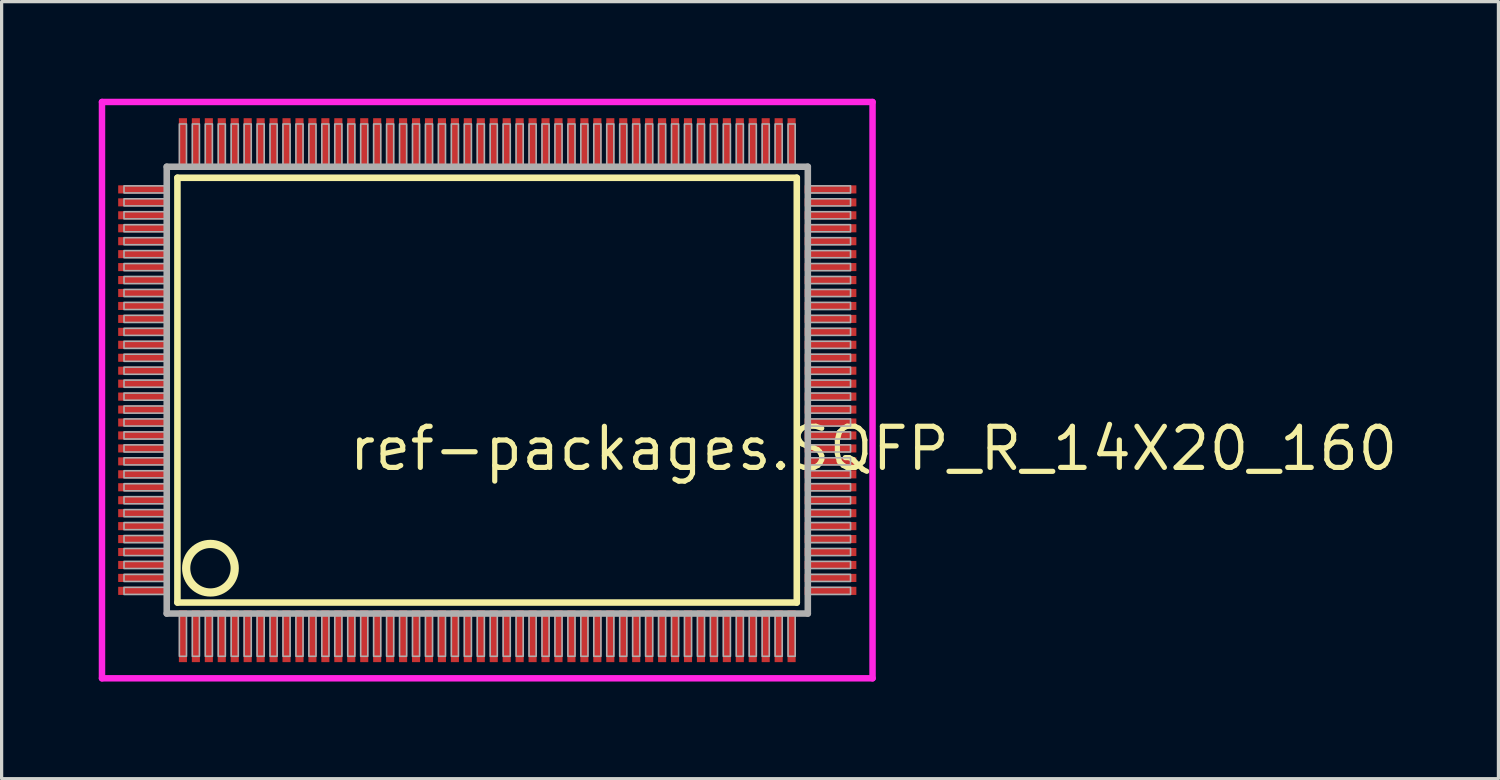
<source format=kicad_pcb>
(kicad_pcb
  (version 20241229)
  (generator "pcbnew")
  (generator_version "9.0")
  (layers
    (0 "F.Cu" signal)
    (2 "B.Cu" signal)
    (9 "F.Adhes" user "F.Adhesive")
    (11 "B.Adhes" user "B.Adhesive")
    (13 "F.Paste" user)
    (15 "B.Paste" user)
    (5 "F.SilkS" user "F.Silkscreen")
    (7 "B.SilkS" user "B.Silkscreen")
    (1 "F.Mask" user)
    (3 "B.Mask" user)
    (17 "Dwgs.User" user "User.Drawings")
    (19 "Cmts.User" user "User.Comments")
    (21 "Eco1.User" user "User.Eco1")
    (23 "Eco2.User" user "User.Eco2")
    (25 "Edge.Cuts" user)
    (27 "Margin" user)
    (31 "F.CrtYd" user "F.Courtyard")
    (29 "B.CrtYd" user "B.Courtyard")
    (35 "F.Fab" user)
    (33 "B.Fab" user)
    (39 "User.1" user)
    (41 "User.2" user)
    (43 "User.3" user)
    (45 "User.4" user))
  (footprint "ref-packages.SQFP_R_14X20_160"
    (layer "F.Cu")
    (at 12 9)
    (property "Reference" "ref-packages.SQFP_R_14X20_160" (at -4.35 2.55 0) (layer "F.SilkS") (effects (font (size 1.27 1.27) (thickness 0.16)) (justify left bottom)))
    (attr smd)
    (fp_line (start -9.57 -6.56) (end 9.56 -6.56) (stroke (width 0.203) (type default)) (layer "F.SilkS"))
    (fp_line (start -9.57 6.56) (end -9.57 -6.56) (stroke (width 0.203) (type default)) (layer "F.SilkS"))
    (fp_line (start 9.56 -6.56) (end 9.56 6.56) (stroke (width 0.203) (type default)) (layer "F.SilkS"))
    (fp_line (start 9.56 6.56) (end -9.57 6.56) (stroke (width 0.203) (type default)) (layer "F.SilkS"))
    (fp_circle (center -8.55 5.5) (end -7.8 5.5) (stroke (width 0.254) (type default)) (fill no) (layer "F.SilkS"))
    (fp_line (start -11.9 -8.9) (end 11.9 -8.9) (stroke (width 0.2) (type default)) (layer "F.CrtYd"))
    (fp_line (start -11.9 8.9) (end -11.9 -8.9) (stroke (width 0.2) (type default)) (layer "F.CrtYd"))
    (fp_line (start 11.9 -8.9) (end 11.9 8.9) (stroke (width 0.2) (type default)) (layer "F.CrtYd"))
    (fp_line (start 11.9 8.9) (end -11.9 8.9) (stroke (width 0.2) (type default)) (layer "F.CrtYd"))
    (fp_line (start -9.9 -6.9) (end -9.9 6.9) (stroke (width 0.203) (type default)) (layer "F.Fab"))
    (fp_line (start -9.9 6.9) (end 9.9 6.9) (stroke (width 0.203) (type default)) (layer "F.Fab"))
    (fp_line (start 9.9 -6.9) (end -9.9 -6.9) (stroke (width 0.203) (type default)) (layer "F.Fab"))
    (fp_line (start 9.9 6.9) (end 9.9 -6.9) (stroke (width 0.203) (type default)) (layer "F.Fab"))
    (fp_rect (start -11.22 -6.09) (end -9.95 -6.31) (stroke (width 0.05) (type default)) (fill no) (layer "F.Fab"))
    (fp_rect (start -11.22 -5.69) (end -9.95 -5.91) (stroke (width 0.05) (type default)) (fill no) (layer "F.Fab"))
    (fp_rect (start -11.22 -5.29) (end -9.95 -5.51) (stroke (width 0.05) (type default)) (fill no) (layer "F.Fab"))
    (fp_rect (start -11.22 -4.89) (end -9.95 -5.11) (stroke (width 0.05) (type default)) (fill no) (layer "F.Fab"))
    (fp_rect (start -11.22 -4.49) (end -9.95 -4.71) (stroke (width 0.05) (type default)) (fill no) (layer "F.Fab"))
    (fp_rect (start -11.22 -4.09) (end -9.95 -4.31) (stroke (width 0.05) (type default)) (fill no) (layer "F.Fab"))
    (fp_rect (start -11.22 -3.69) (end -9.95 -3.91) (stroke (width 0.05) (type default)) (fill no) (layer "F.Fab"))
    (fp_rect (start -11.22 -3.29) (end -9.95 -3.51) (stroke (width 0.05) (type default)) (fill no) (layer "F.Fab"))
    (fp_rect (start -11.22 -2.89) (end -9.95 -3.11) (stroke (width 0.05) (type default)) (fill no) (layer "F.Fab"))
    (fp_rect (start -11.22 -2.49) (end -9.95 -2.71) (stroke (width 0.05) (type default)) (fill no) (layer "F.Fab"))
    (fp_rect (start -11.22 -2.09) (end -9.95 -2.31) (stroke (width 0.05) (type default)) (fill no) (layer "F.Fab"))
    (fp_rect (start -11.22 -1.69) (end -9.95 -1.91) (stroke (width 0.05) (type default)) (fill no) (layer "F.Fab"))
    (fp_rect (start -11.22 -1.29) (end -9.95 -1.51) (stroke (width 0.05) (type default)) (fill no) (layer "F.Fab"))
    (fp_rect (start -11.22 -0.89) (end -9.95 -1.11) (stroke (width 0.05) (type default)) (fill no) (layer "F.Fab"))
    (fp_rect (start -11.22 -0.49) (end -9.95 -0.71) (stroke (width 0.05) (type default)) (fill no) (layer "F.Fab"))
    (fp_rect (start -11.22 -0.09) (end -9.95 -0.31) (stroke (width 0.05) (type default)) (fill no) (layer "F.Fab"))
    (fp_rect (start -11.22 0.31) (end -9.95 0.09) (stroke (width 0.05) (type default)) (fill no) (layer "F.Fab"))
    (fp_rect (start -11.22 0.71) (end -9.95 0.49) (stroke (width 0.05) (type default)) (fill no) (layer "F.Fab"))
    (fp_rect (start -11.22 1.11) (end -9.95 0.89) (stroke (width 0.05) (type default)) (fill no) (layer "F.Fab"))
    (fp_rect (start -11.22 1.51) (end -9.95 1.29) (stroke (width 0.05) (type default)) (fill no) (layer "F.Fab"))
    (fp_rect (start -11.22 1.91) (end -9.95 1.69) (stroke (width 0.05) (type default)) (fill no) (layer "F.Fab"))
    (fp_rect (start -11.22 2.31) (end -9.95 2.09) (stroke (width 0.05) (type default)) (fill no) (layer "F.Fab"))
    (fp_rect (start -11.22 2.71) (end -9.95 2.49) (stroke (width 0.05) (type default)) (fill no) (layer "F.Fab"))
    (fp_rect (start -11.22 3.11) (end -9.95 2.89) (stroke (width 0.05) (type default)) (fill no) (layer "F.Fab"))
    (fp_rect (start -11.22 3.51) (end -9.95 3.29) (stroke (width 0.05) (type default)) (fill no) (layer "F.Fab"))
    (fp_rect (start -11.22 3.91) (end -9.95 3.69) (stroke (width 0.05) (type default)) (fill no) (layer "F.Fab"))
    (fp_rect (start -11.22 4.31) (end -9.95 4.09) (stroke (width 0.05) (type default)) (fill no) (layer "F.Fab"))
    (fp_rect (start -11.22 4.71) (end -9.95 4.49) (stroke (width 0.05) (type default)) (fill no) (layer "F.Fab"))
    (fp_rect (start -11.22 5.11) (end -9.95 4.89) (stroke (width 0.05) (type default)) (fill no) (layer "F.Fab"))
    (fp_rect (start -11.22 5.51) (end -9.95 5.29) (stroke (width 0.05) (type default)) (fill no) (layer "F.Fab"))
    (fp_rect (start -11.22 5.91) (end -9.95 5.69) (stroke (width 0.05) (type default)) (fill no) (layer "F.Fab"))
    (fp_rect (start -11.22 6.31) (end -9.95 6.09) (stroke (width 0.05) (type default)) (fill no) (layer "F.Fab"))
    (fp_rect (start -9.51 -6.95) (end -9.29 -8.22) (stroke (width 0.05) (type default)) (fill no) (layer "F.Fab"))
    (fp_rect (start -9.51 8.22) (end -9.29 6.95) (stroke (width 0.05) (type default)) (fill no) (layer "F.Fab"))
    (fp_rect (start -9.11 -6.95) (end -8.89 -8.22) (stroke (width 0.05) (type default)) (fill no) (layer "F.Fab"))
    (fp_rect (start -9.11 8.22) (end -8.89 6.95) (stroke (width 0.05) (type default)) (fill no) (layer "F.Fab"))
    (fp_rect (start -8.71 -6.95) (end -8.49 -8.22) (stroke (width 0.05) (type default)) (fill no) (layer "F.Fab"))
    (fp_rect (start -8.71 8.22) (end -8.49 6.95) (stroke (width 0.05) (type default)) (fill no) (layer "F.Fab"))
    (fp_rect (start -8.31 -6.95) (end -8.09 -8.22) (stroke (width 0.05) (type default)) (fill no) (layer "F.Fab"))
    (fp_rect (start -8.31 8.22) (end -8.09 6.95) (stroke (width 0.05) (type default)) (fill no) (layer "F.Fab"))
    (fp_rect (start -7.91 -6.95) (end -7.69 -8.22) (stroke (width 0.05) (type default)) (fill no) (layer "F.Fab"))
    (fp_rect (start -7.91 8.22) (end -7.69 6.95) (stroke (width 0.05) (type default)) (fill no) (layer "F.Fab"))
    (fp_rect (start -7.51 -6.95) (end -7.29 -8.22) (stroke (width 0.05) (type default)) (fill no) (layer "F.Fab"))
    (fp_rect (start -7.51 8.22) (end -7.29 6.95) (stroke (width 0.05) (type default)) (fill no) (layer "F.Fab"))
    (fp_rect (start -7.11 -6.95) (end -6.89 -8.22) (stroke (width 0.05) (type default)) (fill no) (layer "F.Fab"))
    (fp_rect (start -7.11 8.22) (end -6.89 6.95) (stroke (width 0.05) (type default)) (fill no) (layer "F.Fab"))
    (fp_rect (start -6.71 -6.95) (end -6.49 -8.22) (stroke (width 0.05) (type default)) (fill no) (layer "F.Fab"))
    (fp_rect (start -6.71 8.22) (end -6.49 6.95) (stroke (width 0.05) (type default)) (fill no) (layer "F.Fab"))
    (fp_rect (start -6.31 -6.95) (end -6.09 -8.22) (stroke (width 0.05) (type default)) (fill no) (layer "F.Fab"))
    (fp_rect (start -6.31 8.22) (end -6.09 6.95) (stroke (width 0.05) (type default)) (fill no) (layer "F.Fab"))
    (fp_rect (start -5.91 -6.95) (end -5.69 -8.22) (stroke (width 0.05) (type default)) (fill no) (layer "F.Fab"))
    (fp_rect (start -5.91 8.22) (end -5.69 6.95) (stroke (width 0.05) (type default)) (fill no) (layer "F.Fab"))
    (fp_rect (start -5.51 -6.95) (end -5.29 -8.22) (stroke (width 0.05) (type default)) (fill no) (layer "F.Fab"))
    (fp_rect (start -5.51 8.22) (end -5.29 6.95) (stroke (width 0.05) (type default)) (fill no) (layer "F.Fab"))
    (fp_rect (start -5.11 -6.95) (end -4.89 -8.22) (stroke (width 0.05) (type default)) (fill no) (layer "F.Fab"))
    (fp_rect (start -5.11 8.22) (end -4.89 6.95) (stroke (width 0.05) (type default)) (fill no) (layer "F.Fab"))
    (fp_rect (start -4.71 -6.95) (end -4.49 -8.22) (stroke (width 0.05) (type default)) (fill no) (layer "F.Fab"))
    (fp_rect (start -4.71 8.22) (end -4.49 6.95) (stroke (width 0.05) (type default)) (fill no) (layer "F.Fab"))
    (fp_rect (start -4.31 -6.95) (end -4.09 -8.22) (stroke (width 0.05) (type default)) (fill no) (layer "F.Fab"))
    (fp_rect (start -4.31 8.22) (end -4.09 6.95) (stroke (width 0.05) (type default)) (fill no) (layer "F.Fab"))
    (fp_rect (start -3.91 -6.95) (end -3.69 -8.22) (stroke (width 0.05) (type default)) (fill no) (layer "F.Fab"))
    (fp_rect (start -3.91 8.22) (end -3.69 6.95) (stroke (width 0.05) (type default)) (fill no) (layer "F.Fab"))
    (fp_rect (start -3.51 -6.95) (end -3.29 -8.22) (stroke (width 0.05) (type default)) (fill no) (layer "F.Fab"))
    (fp_rect (start -3.51 8.22) (end -3.29 6.95) (stroke (width 0.05) (type default)) (fill no) (layer "F.Fab"))
    (fp_rect (start -3.11 -6.95) (end -2.89 -8.22) (stroke (width 0.05) (type default)) (fill no) (layer "F.Fab"))
    (fp_rect (start -3.11 8.22) (end -2.89 6.95) (stroke (width 0.05) (type default)) (fill no) (layer "F.Fab"))
    (fp_rect (start -2.71 -6.95) (end -2.49 -8.22) (stroke (width 0.05) (type default)) (fill no) (layer "F.Fab"))
    (fp_rect (start -2.71 8.22) (end -2.49 6.95) (stroke (width 0.05) (type default)) (fill no) (layer "F.Fab"))
    (fp_rect (start -2.31 -6.95) (end -2.09 -8.22) (stroke (width 0.05) (type default)) (fill no) (layer "F.Fab"))
    (fp_rect (start -2.31 8.22) (end -2.09 6.95) (stroke (width 0.05) (type default)) (fill no) (layer "F.Fab"))
    (fp_rect (start -1.91 -6.95) (end -1.69 -8.22) (stroke (width 0.05) (type default)) (fill no) (layer "F.Fab"))
    (fp_rect (start -1.91 8.22) (end -1.69 6.95) (stroke (width 0.05) (type default)) (fill no) (layer "F.Fab"))
    (fp_rect (start -1.51 -6.95) (end -1.29 -8.22) (stroke (width 0.05) (type default)) (fill no) (layer "F.Fab"))
    (fp_rect (start -1.51 8.22) (end -1.29 6.95) (stroke (width 0.05) (type default)) (fill no) (layer "F.Fab"))
    (fp_rect (start -1.11 -6.95) (end -0.89 -8.22) (stroke (width 0.05) (type default)) (fill no) (layer "F.Fab"))
    (fp_rect (start -1.11 8.22) (end -0.89 6.95) (stroke (width 0.05) (type default)) (fill no) (layer "F.Fab"))
    (fp_rect (start -0.71 -6.95) (end -0.49 -8.22) (stroke (width 0.05) (type default)) (fill no) (layer "F.Fab"))
    (fp_rect (start -0.71 8.22) (end -0.49 6.95) (stroke (width 0.05) (type default)) (fill no) (layer "F.Fab"))
    (fp_rect (start -0.31 -6.95) (end -0.09 -8.22) (stroke (width 0.05) (type default)) (fill no) (layer "F.Fab"))
    (fp_rect (start -0.31 8.22) (end -0.09 6.95) (stroke (width 0.05) (type default)) (fill no) (layer "F.Fab"))
    (fp_rect (start 0.09 -6.95) (end 0.31 -8.22) (stroke (width 0.05) (type default)) (fill no) (layer "F.Fab"))
    (fp_rect (start 0.09 8.22) (end 0.31 6.95) (stroke (width 0.05) (type default)) (fill no) (layer "F.Fab"))
    (fp_rect (start 0.49 -6.95) (end 0.71 -8.22) (stroke (width 0.05) (type default)) (fill no) (layer "F.Fab"))
    (fp_rect (start 0.49 8.22) (end 0.71 6.95) (stroke (width 0.05) (type default)) (fill no) (layer "F.Fab"))
    (fp_rect (start 0.89 -6.95) (end 1.11 -8.22) (stroke (width 0.05) (type default)) (fill no) (layer "F.Fab"))
    (fp_rect (start 0.89 8.22) (end 1.11 6.95) (stroke (width 0.05) (type default)) (fill no) (layer "F.Fab"))
    (fp_rect (start 1.29 -6.95) (end 1.51 -8.22) (stroke (width 0.05) (type default)) (fill no) (layer "F.Fab"))
    (fp_rect (start 1.29 8.22) (end 1.51 6.95) (stroke (width 0.05) (type default)) (fill no) (layer "F.Fab"))
    (fp_rect (start 1.69 -6.95) (end 1.91 -8.22) (stroke (width 0.05) (type default)) (fill no) (layer "F.Fab"))
    (fp_rect (start 1.69 8.22) (end 1.91 6.95) (stroke (width 0.05) (type default)) (fill no) (layer "F.Fab"))
    (fp_rect (start 2.09 -6.95) (end 2.31 -8.22) (stroke (width 0.05) (type default)) (fill no) (layer "F.Fab"))
    (fp_rect (start 2.09 8.22) (end 2.31 6.95) (stroke (width 0.05) (type default)) (fill no) (layer "F.Fab"))
    (fp_rect (start 2.49 -6.95) (end 2.71 -8.22) (stroke (width 0.05) (type default)) (fill no) (layer "F.Fab"))
    (fp_rect (start 2.49 8.22) (end 2.71 6.95) (stroke (width 0.05) (type default)) (fill no) (layer "F.Fab"))
    (fp_rect (start 2.89 -6.95) (end 3.11 -8.22) (stroke (width 0.05) (type default)) (fill no) (layer "F.Fab"))
    (fp_rect (start 2.89 8.22) (end 3.11 6.95) (stroke (width 0.05) (type default)) (fill no) (layer "F.Fab"))
    (fp_rect (start 3.29 -6.95) (end 3.51 -8.22) (stroke (width 0.05) (type default)) (fill no) (layer "F.Fab"))
    (fp_rect (start 3.29 8.22) (end 3.51 6.95) (stroke (width 0.05) (type default)) (fill no) (layer "F.Fab"))
    (fp_rect (start 3.69 -6.95) (end 3.91 -8.22) (stroke (width 0.05) (type default)) (fill no) (layer "F.Fab"))
    (fp_rect (start 3.69 8.22) (end 3.91 6.95) (stroke (width 0.05) (type default)) (fill no) (layer "F.Fab"))
    (fp_rect (start 4.09 -6.95) (end 4.31 -8.22) (stroke (width 0.05) (type default)) (fill no) (layer "F.Fab"))
    (fp_rect (start 4.09 8.22) (end 4.31 6.95) (stroke (width 0.05) (type default)) (fill no) (layer "F.Fab"))
    (fp_rect (start 4.49 -6.95) (end 4.71 -8.22) (stroke (width 0.05) (type default)) (fill no) (layer "F.Fab"))
    (fp_rect (start 4.49 8.22) (end 4.71 6.95) (stroke (width 0.05) (type default)) (fill no) (layer "F.Fab"))
    (fp_rect (start 4.89 -6.95) (end 5.11 -8.22) (stroke (width 0.05) (type default)) (fill no) (layer "F.Fab"))
    (fp_rect (start 4.89 8.22) (end 5.11 6.95) (stroke (width 0.05) (type default)) (fill no) (layer "F.Fab"))
    (fp_rect (start 5.29 -6.95) (end 5.51 -8.22) (stroke (width 0.05) (type default)) (fill no) (layer "F.Fab"))
    (fp_rect (start 5.29 8.22) (end 5.51 6.95) (stroke (width 0.05) (type default)) (fill no) (layer "F.Fab"))
    (fp_rect (start 5.69 -6.95) (end 5.91 -8.22) (stroke (width 0.05) (type default)) (fill no) (layer "F.Fab"))
    (fp_rect (start 5.69 8.22) (end 5.91 6.95) (stroke (width 0.05) (type default)) (fill no) (layer "F.Fab"))
    (fp_rect (start 6.09 -6.95) (end 6.31 -8.22) (stroke (width 0.05) (type default)) (fill no) (layer "F.Fab"))
    (fp_rect (start 6.09 8.22) (end 6.31 6.95) (stroke (width 0.05) (type default)) (fill no) (layer "F.Fab"))
    (fp_rect (start 6.49 -6.95) (end 6.71 -8.22) (stroke (width 0.05) (type default)) (fill no) (layer "F.Fab"))
    (fp_rect (start 6.49 8.22) (end 6.71 6.95) (stroke (width 0.05) (type default)) (fill no) (layer "F.Fab"))
    (fp_rect (start 6.89 -6.95) (end 7.11 -8.22) (stroke (width 0.05) (type default)) (fill no) (layer "F.Fab"))
    (fp_rect (start 6.89 8.22) (end 7.11 6.95) (stroke (width 0.05) (type default)) (fill no) (layer "F.Fab"))
    (fp_rect (start 7.29 -6.95) (end 7.51 -8.22) (stroke (width 0.05) (type default)) (fill no) (layer "F.Fab"))
    (fp_rect (start 7.29 8.22) (end 7.51 6.95) (stroke (width 0.05) (type default)) (fill no) (layer "F.Fab"))
    (fp_rect (start 7.69 -6.95) (end 7.91 -8.22) (stroke (width 0.05) (type default)) (fill no) (layer "F.Fab"))
    (fp_rect (start 7.69 8.22) (end 7.91 6.95) (stroke (width 0.05) (type default)) (fill no) (layer "F.Fab"))
    (fp_rect (start 8.09 -6.95) (end 8.31 -8.22) (stroke (width 0.05) (type default)) (fill no) (layer "F.Fab"))
    (fp_rect (start 8.09 8.22) (end 8.31 6.95) (stroke (width 0.05) (type default)) (fill no) (layer "F.Fab"))
    (fp_rect (start 8.49 -6.95) (end 8.71 -8.22) (stroke (width 0.05) (type default)) (fill no) (layer "F.Fab"))
    (fp_rect (start 8.49 8.22) (end 8.71 6.95) (stroke (width 0.05) (type default)) (fill no) (layer "F.Fab"))
    (fp_rect (start 8.89 -6.95) (end 9.11 -8.22) (stroke (width 0.05) (type default)) (fill no) (layer "F.Fab"))
    (fp_rect (start 8.89 8.22) (end 9.11 6.95) (stroke (width 0.05) (type default)) (fill no) (layer "F.Fab"))
    (fp_rect (start 9.29 -6.95) (end 9.51 -8.22) (stroke (width 0.05) (type default)) (fill no) (layer "F.Fab"))
    (fp_rect (start 9.29 8.22) (end 9.51 6.95) (stroke (width 0.05) (type default)) (fill no) (layer "F.Fab"))
    (fp_rect (start 9.95 -6.09) (end 11.22 -6.31) (stroke (width 0.05) (type default)) (fill no) (layer "F.Fab"))
    (fp_rect (start 9.95 -5.69) (end 11.22 -5.91) (stroke (width 0.05) (type default)) (fill no) (layer "F.Fab"))
    (fp_rect (start 9.95 -5.29) (end 11.22 -5.51) (stroke (width 0.05) (type default)) (fill no) (layer "F.Fab"))
    (fp_rect (start 9.95 -4.89) (end 11.22 -5.11) (stroke (width 0.05) (type default)) (fill no) (layer "F.Fab"))
    (fp_rect (start 9.95 -4.49) (end 11.22 -4.71) (stroke (width 0.05) (type default)) (fill no) (layer "F.Fab"))
    (fp_rect (start 9.95 -4.09) (end 11.22 -4.31) (stroke (width 0.05) (type default)) (fill no) (layer "F.Fab"))
    (fp_rect (start 9.95 -3.69) (end 11.22 -3.91) (stroke (width 0.05) (type default)) (fill no) (layer "F.Fab"))
    (fp_rect (start 9.95 -3.29) (end 11.22 -3.51) (stroke (width 0.05) (type default)) (fill no) (layer "F.Fab"))
    (fp_rect (start 9.95 -2.89) (end 11.22 -3.11) (stroke (width 0.05) (type default)) (fill no) (layer "F.Fab"))
    (fp_rect (start 9.95 -2.49) (end 11.22 -2.71) (stroke (width 0.05) (type default)) (fill no) (layer "F.Fab"))
    (fp_rect (start 9.95 -2.09) (end 11.22 -2.31) (stroke (width 0.05) (type default)) (fill no) (layer "F.Fab"))
    (fp_rect (start 9.95 -1.69) (end 11.22 -1.91) (stroke (width 0.05) (type default)) (fill no) (layer "F.Fab"))
    (fp_rect (start 9.95 -1.29) (end 11.22 -1.51) (stroke (width 0.05) (type default)) (fill no) (layer "F.Fab"))
    (fp_rect (start 9.95 -0.89) (end 11.22 -1.11) (stroke (width 0.05) (type default)) (fill no) (layer "F.Fab"))
    (fp_rect (start 9.95 -0.49) (end 11.22 -0.71) (stroke (width 0.05) (type default)) (fill no) (layer "F.Fab"))
    (fp_rect (start 9.95 -0.09) (end 11.22 -0.31) (stroke (width 0.05) (type default)) (fill no) (layer "F.Fab"))
    (fp_rect (start 9.95 0.31) (end 11.22 0.09) (stroke (width 0.05) (type default)) (fill no) (layer "F.Fab"))
    (fp_rect (start 9.95 0.71) (end 11.22 0.49) (stroke (width 0.05) (type default)) (fill no) (layer "F.Fab"))
    (fp_rect (start 9.95 1.11) (end 11.22 0.89) (stroke (width 0.05) (type default)) (fill no) (layer "F.Fab"))
    (fp_rect (start 9.95 1.51) (end 11.22 1.29) (stroke (width 0.05) (type default)) (fill no) (layer "F.Fab"))
    (fp_rect (start 9.95 1.91) (end 11.22 1.69) (stroke (width 0.05) (type default)) (fill no) (layer "F.Fab"))
    (fp_rect (start 9.95 2.31) (end 11.22 2.09) (stroke (width 0.05) (type default)) (fill no) (layer "F.Fab"))
    (fp_rect (start 9.95 2.71) (end 11.22 2.49) (stroke (width 0.05) (type default)) (fill no) (layer "F.Fab"))
    (fp_rect (start 9.95 3.11) (end 11.22 2.89) (stroke (width 0.05) (type default)) (fill no) (layer "F.Fab"))
    (fp_rect (start 9.95 3.51) (end 11.22 3.29) (stroke (width 0.05) (type default)) (fill no) (layer "F.Fab"))
    (fp_rect (start 9.95 3.91) (end 11.22 3.69) (stroke (width 0.05) (type default)) (fill no) (layer "F.Fab"))
    (fp_rect (start 9.95 4.31) (end 11.22 4.09) (stroke (width 0.05) (type default)) (fill no) (layer "F.Fab"))
    (fp_rect (start 9.95 4.71) (end 11.22 4.49) (stroke (width 0.05) (type default)) (fill no) (layer "F.Fab"))
    (fp_rect (start 9.95 5.11) (end 11.22 4.89) (stroke (width 0.05) (type default)) (fill no) (layer "F.Fab"))
    (fp_rect (start 9.95 5.51) (end 11.22 5.29) (stroke (width 0.05) (type default)) (fill no) (layer "F.Fab"))
    (fp_rect (start 9.95 5.91) (end 11.22 5.69) (stroke (width 0.05) (type default)) (fill no) (layer "F.Fab"))
    (fp_rect (start 9.95 6.31) (end 11.22 6.09) (stroke (width 0.05) (type default)) (fill no) (layer "F.Fab"))
    (pad "1" smd roundrect (at -9.4 7.6) (size 0.25 1.6) (layers "F.Cu" "F.Mask" "F.Paste") (roundrect_rratio 0.01))
    (pad "2" smd roundrect (at -9 7.6) (size 0.25 1.6) (layers "F.Cu" "F.Mask" "F.Paste") (roundrect_rratio 0.01))
    (pad "3" smd roundrect (at -8.6 7.6) (size 0.25 1.6) (layers "F.Cu" "F.Mask" "F.Paste") (roundrect_rratio 0.01))
    (pad "4" smd roundrect (at -8.2 7.6) (size 0.25 1.6) (layers "F.Cu" "F.Mask" "F.Paste") (roundrect_rratio 0.01))
    (pad "5" smd roundrect (at -7.8 7.6) (size 0.25 1.6) (layers "F.Cu" "F.Mask" "F.Paste") (roundrect_rratio 0.01))
    (pad "6" smd roundrect (at -7.4 7.6) (size 0.25 1.6) (layers "F.Cu" "F.Mask" "F.Paste") (roundrect_rratio 0.01))
    (pad "7" smd roundrect (at -7 7.6) (size 0.25 1.6) (layers "F.Cu" "F.Mask" "F.Paste") (roundrect_rratio 0.01))
    (pad "8" smd roundrect (at -6.6 7.6) (size 0.25 1.6) (layers "F.Cu" "F.Mask" "F.Paste") (roundrect_rratio 0.01))
    (pad "9" smd roundrect (at -6.2 7.6) (size 0.25 1.6) (layers "F.Cu" "F.Mask" "F.Paste") (roundrect_rratio 0.01))
    (pad "10" smd roundrect (at -5.8 7.6) (size 0.25 1.6) (layers "F.Cu" "F.Mask" "F.Paste") (roundrect_rratio 0.01))
    (pad "11" smd roundrect (at -5.4 7.6) (size 0.25 1.6) (layers "F.Cu" "F.Mask" "F.Paste") (roundrect_rratio 0.01))
    (pad "12" smd roundrect (at -5 7.6) (size 0.25 1.6) (layers "F.Cu" "F.Mask" "F.Paste") (roundrect_rratio 0.01))
    (pad "13" smd roundrect (at -4.6 7.6) (size 0.25 1.6) (layers "F.Cu" "F.Mask" "F.Paste") (roundrect_rratio 0.01))
    (pad "14" smd roundrect (at -4.2 7.6) (size 0.25 1.6) (layers "F.Cu" "F.Mask" "F.Paste") (roundrect_rratio 0.01))
    (pad "15" smd roundrect (at -3.8 7.6) (size 0.25 1.6) (layers "F.Cu" "F.Mask" "F.Paste") (roundrect_rratio 0.01))
    (pad "16" smd roundrect (at -3.4 7.6) (size 0.25 1.6) (layers "F.Cu" "F.Mask" "F.Paste") (roundrect_rratio 0.01))
    (pad "17" smd roundrect (at -3 7.6) (size 0.25 1.6) (layers "F.Cu" "F.Mask" "F.Paste") (roundrect_rratio 0.01))
    (pad "18" smd roundrect (at -2.6 7.6) (size 0.25 1.6) (layers "F.Cu" "F.Mask" "F.Paste") (roundrect_rratio 0.01))
    (pad "19" smd roundrect (at -2.2 7.6) (size 0.25 1.6) (layers "F.Cu" "F.Mask" "F.Paste") (roundrect_rratio 0.01))
    (pad "20" smd roundrect (at -1.8 7.6) (size 0.25 1.6) (layers "F.Cu" "F.Mask" "F.Paste") (roundrect_rratio 0.01))
    (pad "21" smd roundrect (at -1.4 7.6) (size 0.25 1.6) (layers "F.Cu" "F.Mask" "F.Paste") (roundrect_rratio 0.01))
    (pad "22" smd roundrect (at -1 7.6) (size 0.25 1.6) (layers "F.Cu" "F.Mask" "F.Paste") (roundrect_rratio 0.01))
    (pad "23" smd roundrect (at -0.6 7.6) (size 0.25 1.6) (layers "F.Cu" "F.Mask" "F.Paste") (roundrect_rratio 0.01))
    (pad "24" smd roundrect (at -0.2 7.6) (size 0.25 1.6) (layers "F.Cu" "F.Mask" "F.Paste") (roundrect_rratio 0.01))
    (pad "25" smd roundrect (at 0.2 7.6) (size 0.25 1.6) (layers "F.Cu" "F.Mask" "F.Paste") (roundrect_rratio 0.01))
    (pad "26" smd roundrect (at 0.6 7.6) (size 0.25 1.6) (layers "F.Cu" "F.Mask" "F.Paste") (roundrect_rratio 0.01))
    (pad "27" smd roundrect (at 1 7.6) (size 0.25 1.6) (layers "F.Cu" "F.Mask" "F.Paste") (roundrect_rratio 0.01))
    (pad "28" smd roundrect (at 1.4 7.6) (size 0.25 1.6) (layers "F.Cu" "F.Mask" "F.Paste") (roundrect_rratio 0.01))
    (pad "29" smd roundrect (at 1.8 7.6) (size 0.25 1.6) (layers "F.Cu" "F.Mask" "F.Paste") (roundrect_rratio 0.01))
    (pad "30" smd roundrect (at 2.2 7.6) (size 0.25 1.6) (layers "F.Cu" "F.Mask" "F.Paste") (roundrect_rratio 0.01))
    (pad "31" smd roundrect (at 2.6 7.6) (size 0.25 1.6) (layers "F.Cu" "F.Mask" "F.Paste") (roundrect_rratio 0.01))
    (pad "32" smd roundrect (at 3 7.6) (size 0.25 1.6) (layers "F.Cu" "F.Mask" "F.Paste") (roundrect_rratio 0.01))
    (pad "33" smd roundrect (at 3.4 7.6) (size 0.25 1.6) (layers "F.Cu" "F.Mask" "F.Paste") (roundrect_rratio 0.01))
    (pad "34" smd roundrect (at 3.8 7.6) (size 0.25 1.6) (layers "F.Cu" "F.Mask" "F.Paste") (roundrect_rratio 0.01))
    (pad "35" smd roundrect (at 4.2 7.6) (size 0.25 1.6) (layers "F.Cu" "F.Mask" "F.Paste") (roundrect_rratio 0.01))
    (pad "36" smd roundrect (at 4.6 7.6) (size 0.25 1.6) (layers "F.Cu" "F.Mask" "F.Paste") (roundrect_rratio 0.01))
    (pad "37" smd roundrect (at 5 7.6) (size 0.25 1.6) (layers "F.Cu" "F.Mask" "F.Paste") (roundrect_rratio 0.01))
    (pad "38" smd roundrect (at 5.4 7.6) (size 0.25 1.6) (layers "F.Cu" "F.Mask" "F.Paste") (roundrect_rratio 0.01))
    (pad "39" smd roundrect (at 5.8 7.6) (size 0.25 1.6) (layers "F.Cu" "F.Mask" "F.Paste") (roundrect_rratio 0.01))
    (pad "40" smd roundrect (at 6.2 7.6) (size 0.25 1.6) (layers "F.Cu" "F.Mask" "F.Paste") (roundrect_rratio 0.01))
    (pad "41" smd roundrect (at 6.6 7.6) (size 0.25 1.6) (layers "F.Cu" "F.Mask" "F.Paste") (roundrect_rratio 0.01))
    (pad "42" smd roundrect (at 7 7.6) (size 0.25 1.6) (layers "F.Cu" "F.Mask" "F.Paste") (roundrect_rratio 0.01))
    (pad "43" smd roundrect (at 7.4 7.6) (size 0.25 1.6) (layers "F.Cu" "F.Mask" "F.Paste") (roundrect_rratio 0.01))
    (pad "44" smd roundrect (at 7.8 7.6) (size 0.25 1.6) (layers "F.Cu" "F.Mask" "F.Paste") (roundrect_rratio 0.01))
    (pad "45" smd roundrect (at 8.2 7.6) (size 0.25 1.6) (layers "F.Cu" "F.Mask" "F.Paste") (roundrect_rratio 0.01))
    (pad "46" smd roundrect (at 8.6 7.6) (size 0.25 1.6) (layers "F.Cu" "F.Mask" "F.Paste") (roundrect_rratio 0.01))
    (pad "47" smd roundrect (at 9 7.6) (size 0.25 1.6) (layers "F.Cu" "F.Mask" "F.Paste") (roundrect_rratio 0.01))
    (pad "48" smd roundrect (at 9.4 7.6) (size 0.25 1.6) (layers "F.Cu" "F.Mask" "F.Paste") (roundrect_rratio 0.01))
    (pad "49" smd roundrect (at 10.6 6.2) (size 1.6 0.25) (layers "F.Cu" "F.Mask" "F.Paste") (roundrect_rratio 0.01))
    (pad "50" smd roundrect (at 10.6 5.8) (size 1.6 0.25) (layers "F.Cu" "F.Mask" "F.Paste") (roundrect_rratio 0.01))
    (pad "51" smd roundrect (at 10.6 5.4) (size 1.6 0.25) (layers "F.Cu" "F.Mask" "F.Paste") (roundrect_rratio 0.01))
    (pad "52" smd roundrect (at 10.6 5) (size 1.6 0.25) (layers "F.Cu" "F.Mask" "F.Paste") (roundrect_rratio 0.01))
    (pad "53" smd roundrect (at 10.6 4.6) (size 1.6 0.25) (layers "F.Cu" "F.Mask" "F.Paste") (roundrect_rratio 0.01))
    (pad "54" smd roundrect (at 10.6 4.2) (size 1.6 0.25) (layers "F.Cu" "F.Mask" "F.Paste") (roundrect_rratio 0.01))
    (pad "55" smd roundrect (at 10.6 3.8) (size 1.6 0.25) (layers "F.Cu" "F.Mask" "F.Paste") (roundrect_rratio 0.01))
    (pad "56" smd roundrect (at 10.6 3.4) (size 1.6 0.25) (layers "F.Cu" "F.Mask" "F.Paste") (roundrect_rratio 0.01))
    (pad "57" smd roundrect (at 10.6 3) (size 1.6 0.25) (layers "F.Cu" "F.Mask" "F.Paste") (roundrect_rratio 0.01))
    (pad "58" smd roundrect (at 10.6 2.6) (size 1.6 0.25) (layers "F.Cu" "F.Mask" "F.Paste") (roundrect_rratio 0.01))
    (pad "59" smd roundrect (at 10.6 2.2) (size 1.6 0.25) (layers "F.Cu" "F.Mask" "F.Paste") (roundrect_rratio 0.01))
    (pad "60" smd roundrect (at 10.6 1.8) (size 1.6 0.25) (layers "F.Cu" "F.Mask" "F.Paste") (roundrect_rratio 0.01))
    (pad "61" smd roundrect (at 10.6 1.4) (size 1.6 0.25) (layers "F.Cu" "F.Mask" "F.Paste") (roundrect_rratio 0.01))
    (pad "62" smd roundrect (at 10.6 1) (size 1.6 0.25) (layers "F.Cu" "F.Mask" "F.Paste") (roundrect_rratio 0.01))
    (pad "63" smd roundrect (at 10.6 0.6) (size 1.6 0.25) (layers "F.Cu" "F.Mask" "F.Paste") (roundrect_rratio 0.01))
    (pad "64" smd roundrect (at 10.6 0.2) (size 1.6 0.25) (layers "F.Cu" "F.Mask" "F.Paste") (roundrect_rratio 0.01))
    (pad "65" smd roundrect (at 10.6 -0.2) (size 1.6 0.25) (layers "F.Cu" "F.Mask" "F.Paste") (roundrect_rratio 0.01))
    (pad "66" smd roundrect (at 10.6 -0.6) (size 1.6 0.25) (layers "F.Cu" "F.Mask" "F.Paste") (roundrect_rratio 0.01))
    (pad "67" smd roundrect (at 10.6 -1) (size 1.6 0.25) (layers "F.Cu" "F.Mask" "F.Paste") (roundrect_rratio 0.01))
    (pad "68" smd roundrect (at 10.6 -1.4) (size 1.6 0.25) (layers "F.Cu" "F.Mask" "F.Paste") (roundrect_rratio 0.01))
    (pad "69" smd roundrect (at 10.6 -1.8) (size 1.6 0.25) (layers "F.Cu" "F.Mask" "F.Paste") (roundrect_rratio 0.01))
    (pad "70" smd roundrect (at 10.6 -2.2) (size 1.6 0.25) (layers "F.Cu" "F.Mask" "F.Paste") (roundrect_rratio 0.01))
    (pad "71" smd roundrect (at 10.6 -2.6) (size 1.6 0.25) (layers "F.Cu" "F.Mask" "F.Paste") (roundrect_rratio 0.01))
    (pad "72" smd roundrect (at 10.6 -3) (size 1.6 0.25) (layers "F.Cu" "F.Mask" "F.Paste") (roundrect_rratio 0.01))
    (pad "73" smd roundrect (at 10.6 -3.4) (size 1.6 0.25) (layers "F.Cu" "F.Mask" "F.Paste") (roundrect_rratio 0.01))
    (pad "74" smd roundrect (at 10.6 -3.8) (size 1.6 0.25) (layers "F.Cu" "F.Mask" "F.Paste") (roundrect_rratio 0.01))
    (pad "75" smd roundrect (at 10.6 -4.2) (size 1.6 0.25) (layers "F.Cu" "F.Mask" "F.Paste") (roundrect_rratio 0.01))
    (pad "76" smd roundrect (at 10.6 -4.6) (size 1.6 0.25) (layers "F.Cu" "F.Mask" "F.Paste") (roundrect_rratio 0.01))
    (pad "77" smd roundrect (at 10.6 -5) (size 1.6 0.25) (layers "F.Cu" "F.Mask" "F.Paste") (roundrect_rratio 0.01))
    (pad "78" smd roundrect (at 10.6 -5.4) (size 1.6 0.25) (layers "F.Cu" "F.Mask" "F.Paste") (roundrect_rratio 0.01))
    (pad "79" smd roundrect (at 10.6 -5.8) (size 1.6 0.25) (layers "F.Cu" "F.Mask" "F.Paste") (roundrect_rratio 0.01))
    (pad "80" smd roundrect (at 10.6 -6.2) (size 1.6 0.25) (layers "F.Cu" "F.Mask" "F.Paste") (roundrect_rratio 0.01))
    (pad "81" smd roundrect (at 9.4 -7.6) (size 0.25 1.6) (layers "F.Cu" "F.Mask" "F.Paste") (roundrect_rratio 0.01))
    (pad "82" smd roundrect (at 9 -7.6) (size 0.25 1.6) (layers "F.Cu" "F.Mask" "F.Paste") (roundrect_rratio 0.01))
    (pad "83" smd roundrect (at 8.6 -7.6) (size 0.25 1.6) (layers "F.Cu" "F.Mask" "F.Paste") (roundrect_rratio 0.01))
    (pad "84" smd roundrect (at 8.2 -7.6) (size 0.25 1.6) (layers "F.Cu" "F.Mask" "F.Paste") (roundrect_rratio 0.01))
    (pad "85" smd roundrect (at 7.8 -7.6) (size 0.25 1.6) (layers "F.Cu" "F.Mask" "F.Paste") (roundrect_rratio 0.01))
    (pad "86" smd roundrect (at 7.4 -7.6) (size 0.25 1.6) (layers "F.Cu" "F.Mask" "F.Paste") (roundrect_rratio 0.01))
    (pad "87" smd roundrect (at 7 -7.6) (size 0.25 1.6) (layers "F.Cu" "F.Mask" "F.Paste") (roundrect_rratio 0.01))
    (pad "88" smd roundrect (at 6.6 -7.6) (size 0.25 1.6) (layers "F.Cu" "F.Mask" "F.Paste") (roundrect_rratio 0.01))
    (pad "89" smd roundrect (at 6.2 -7.6) (size 0.25 1.6) (layers "F.Cu" "F.Mask" "F.Paste") (roundrect_rratio 0.01))
    (pad "90" smd roundrect (at 5.8 -7.6) (size 0.25 1.6) (layers "F.Cu" "F.Mask" "F.Paste") (roundrect_rratio 0.01))
    (pad "91" smd roundrect (at 5.4 -7.6) (size 0.25 1.6) (layers "F.Cu" "F.Mask" "F.Paste") (roundrect_rratio 0.01))
    (pad "92" smd roundrect (at 5 -7.6) (size 0.25 1.6) (layers "F.Cu" "F.Mask" "F.Paste") (roundrect_rratio 0.01))
    (pad "93" smd roundrect (at 4.6 -7.6) (size 0.25 1.6) (layers "F.Cu" "F.Mask" "F.Paste") (roundrect_rratio 0.01))
    (pad "94" smd roundrect (at 4.2 -7.6) (size 0.25 1.6) (layers "F.Cu" "F.Mask" "F.Paste") (roundrect_rratio 0.01))
    (pad "95" smd roundrect (at 3.8 -7.6) (size 0.25 1.6) (layers "F.Cu" "F.Mask" "F.Paste") (roundrect_rratio 0.01))
    (pad "96" smd roundrect (at 3.4 -7.6) (size 0.25 1.6) (layers "F.Cu" "F.Mask" "F.Paste") (roundrect_rratio 0.01))
    (pad "97" smd roundrect (at 3 -7.6) (size 0.25 1.6) (layers "F.Cu" "F.Mask" "F.Paste") (roundrect_rratio 0.01))
    (pad "98" smd roundrect (at 2.6 -7.6) (size 0.25 1.6) (layers "F.Cu" "F.Mask" "F.Paste") (roundrect_rratio 0.01))
    (pad "99" smd roundrect (at 2.2 -7.6) (size 0.25 1.6) (layers "F.Cu" "F.Mask" "F.Paste") (roundrect_rratio 0.01))
    (pad "100" smd roundrect (at 1.8 -7.6) (size 0.25 1.6) (layers "F.Cu" "F.Mask" "F.Paste") (roundrect_rratio 0.01))
    (pad "101" smd roundrect (at 1.4 -7.6) (size 0.25 1.6) (layers "F.Cu" "F.Mask" "F.Paste") (roundrect_rratio 0.01))
    (pad "102" smd roundrect (at 1 -7.6) (size 0.25 1.6) (layers "F.Cu" "F.Mask" "F.Paste") (roundrect_rratio 0.01))
    (pad "103" smd roundrect (at 0.6 -7.6) (size 0.25 1.6) (layers "F.Cu" "F.Mask" "F.Paste") (roundrect_rratio 0.01))
    (pad "104" smd roundrect (at 0.2 -7.6) (size 0.25 1.6) (layers "F.Cu" "F.Mask" "F.Paste") (roundrect_rratio 0.01))
    (pad "105" smd roundrect (at -0.2 -7.6) (size 0.25 1.6) (layers "F.Cu" "F.Mask" "F.Paste") (roundrect_rratio 0.01))
    (pad "106" smd roundrect (at -0.6 -7.6) (size 0.25 1.6) (layers "F.Cu" "F.Mask" "F.Paste") (roundrect_rratio 0.01))
    (pad "107" smd roundrect (at -1 -7.6) (size 0.25 1.6) (layers "F.Cu" "F.Mask" "F.Paste") (roundrect_rratio 0.01))
    (pad "108" smd roundrect (at -1.4 -7.6) (size 0.25 1.6) (layers "F.Cu" "F.Mask" "F.Paste") (roundrect_rratio 0.01))
    (pad "109" smd roundrect (at -1.8 -7.6) (size 0.25 1.6) (layers "F.Cu" "F.Mask" "F.Paste") (roundrect_rratio 0.01))
    (pad "110" smd roundrect (at -2.2 -7.6) (size 0.25 1.6) (layers "F.Cu" "F.Mask" "F.Paste") (roundrect_rratio 0.01))
    (pad "111" smd roundrect (at -2.6 -7.6) (size 0.25 1.6) (layers "F.Cu" "F.Mask" "F.Paste") (roundrect_rratio 0.01))
    (pad "112" smd roundrect (at -3 -7.6) (size 0.25 1.6) (layers "F.Cu" "F.Mask" "F.Paste") (roundrect_rratio 0.01))
    (pad "113" smd roundrect (at -3.4 -7.6) (size 0.25 1.6) (layers "F.Cu" "F.Mask" "F.Paste") (roundrect_rratio 0.01))
    (pad "114" smd roundrect (at -3.8 -7.6) (size 0.25 1.6) (layers "F.Cu" "F.Mask" "F.Paste") (roundrect_rratio 0.01))
    (pad "115" smd roundrect (at -4.2 -7.6) (size 0.25 1.6) (layers "F.Cu" "F.Mask" "F.Paste") (roundrect_rratio 0.01))
    (pad "116" smd roundrect (at -4.6 -7.6) (size 0.25 1.6) (layers "F.Cu" "F.Mask" "F.Paste") (roundrect_rratio 0.01))
    (pad "117" smd roundrect (at -5 -7.6) (size 0.25 1.6) (layers "F.Cu" "F.Mask" "F.Paste") (roundrect_rratio 0.01))
    (pad "118" smd roundrect (at -5.4 -7.6) (size 0.25 1.6) (layers "F.Cu" "F.Mask" "F.Paste") (roundrect_rratio 0.01))
    (pad "119" smd roundrect (at -5.8 -7.6) (size 0.25 1.6) (layers "F.Cu" "F.Mask" "F.Paste") (roundrect_rratio 0.01))
    (pad "120" smd roundrect (at -6.2 -7.6) (size 0.25 1.6) (layers "F.Cu" "F.Mask" "F.Paste") (roundrect_rratio 0.01))
    (pad "121" smd roundrect (at -6.6 -7.6) (size 0.25 1.6) (layers "F.Cu" "F.Mask" "F.Paste") (roundrect_rratio 0.01))
    (pad "122" smd roundrect (at -7 -7.6) (size 0.25 1.6) (layers "F.Cu" "F.Mask" "F.Paste") (roundrect_rratio 0.01))
    (pad "123" smd roundrect (at -7.4 -7.6) (size 0.25 1.6) (layers "F.Cu" "F.Mask" "F.Paste") (roundrect_rratio 0.01))
    (pad "124" smd roundrect (at -7.8 -7.6) (size 0.25 1.6) (layers "F.Cu" "F.Mask" "F.Paste") (roundrect_rratio 0.01))
    (pad "125" smd roundrect (at -8.2 -7.6) (size 0.25 1.6) (layers "F.Cu" "F.Mask" "F.Paste") (roundrect_rratio 0.01))
    (pad "126" smd roundrect (at -8.6 -7.6) (size 0.25 1.6) (layers "F.Cu" "F.Mask" "F.Paste") (roundrect_rratio 0.01))
    (pad "127" smd roundrect (at -9 -7.6) (size 0.25 1.6) (layers "F.Cu" "F.Mask" "F.Paste") (roundrect_rratio 0.01))
    (pad "128" smd roundrect (at -9.4 -7.6) (size 0.25 1.6) (layers "F.Cu" "F.Mask" "F.Paste") (roundrect_rratio 0.01))
    (pad "129" smd roundrect (at -10.6 -6.2) (size 1.6 0.25) (layers "F.Cu" "F.Mask" "F.Paste") (roundrect_rratio 0.01))
    (pad "130" smd roundrect (at -10.6 -5.8) (size 1.6 0.25) (layers "F.Cu" "F.Mask" "F.Paste") (roundrect_rratio 0.01))
    (pad "131" smd roundrect (at -10.6 -5.4) (size 1.6 0.25) (layers "F.Cu" "F.Mask" "F.Paste") (roundrect_rratio 0.01))
    (pad "132" smd roundrect (at -10.6 -5) (size 1.6 0.25) (layers "F.Cu" "F.Mask" "F.Paste") (roundrect_rratio 0.01))
    (pad "133" smd roundrect (at -10.6 -4.6) (size 1.6 0.25) (layers "F.Cu" "F.Mask" "F.Paste") (roundrect_rratio 0.01))
    (pad "134" smd roundrect (at -10.6 -4.2) (size 1.6 0.25) (layers "F.Cu" "F.Mask" "F.Paste") (roundrect_rratio 0.01))
    (pad "135" smd roundrect (at -10.6 -3.8) (size 1.6 0.25) (layers "F.Cu" "F.Mask" "F.Paste") (roundrect_rratio 0.01))
    (pad "136" smd roundrect (at -10.6 -3.4) (size 1.6 0.25) (layers "F.Cu" "F.Mask" "F.Paste") (roundrect_rratio 0.01))
    (pad "137" smd roundrect (at -10.6 -3) (size 1.6 0.25) (layers "F.Cu" "F.Mask" "F.Paste") (roundrect_rratio 0.01))
    (pad "138" smd roundrect (at -10.6 -2.6) (size 1.6 0.25) (layers "F.Cu" "F.Mask" "F.Paste") (roundrect_rratio 0.01))
    (pad "139" smd roundrect (at -10.6 -2.2) (size 1.6 0.25) (layers "F.Cu" "F.Mask" "F.Paste") (roundrect_rratio 0.01))
    (pad "140" smd roundrect (at -10.6 -1.8) (size 1.6 0.25) (layers "F.Cu" "F.Mask" "F.Paste") (roundrect_rratio 0.01))
    (pad "141" smd roundrect (at -10.6 -1.4) (size 1.6 0.25) (layers "F.Cu" "F.Mask" "F.Paste") (roundrect_rratio 0.01))
    (pad "142" smd roundrect (at -10.6 -1) (size 1.6 0.25) (layers "F.Cu" "F.Mask" "F.Paste") (roundrect_rratio 0.01))
    (pad "143" smd roundrect (at -10.6 -0.6) (size 1.6 0.25) (layers "F.Cu" "F.Mask" "F.Paste") (roundrect_rratio 0.01))
    (pad "144" smd roundrect (at -10.6 -0.2) (size 1.6 0.25) (layers "F.Cu" "F.Mask" "F.Paste") (roundrect_rratio 0.01))
    (pad "145" smd roundrect (at -10.6 0.2) (size 1.6 0.25) (layers "F.Cu" "F.Mask" "F.Paste") (roundrect_rratio 0.01))
    (pad "146" smd roundrect (at -10.6 0.6) (size 1.6 0.25) (layers "F.Cu" "F.Mask" "F.Paste") (roundrect_rratio 0.01))
    (pad "147" smd roundrect (at -10.6 1) (size 1.6 0.25) (layers "F.Cu" "F.Mask" "F.Paste") (roundrect_rratio 0.01))
    (pad "148" smd roundrect (at -10.6 1.4) (size 1.6 0.25) (layers "F.Cu" "F.Mask" "F.Paste") (roundrect_rratio 0.01))
    (pad "149" smd roundrect (at -10.6 1.8) (size 1.6 0.25) (layers "F.Cu" "F.Mask" "F.Paste") (roundrect_rratio 0.01))
    (pad "150" smd roundrect (at -10.6 2.2) (size 1.6 0.25) (layers "F.Cu" "F.Mask" "F.Paste") (roundrect_rratio 0.01))
    (pad "151" smd roundrect (at -10.6 2.6) (size 1.6 0.25) (layers "F.Cu" "F.Mask" "F.Paste") (roundrect_rratio 0.01))
    (pad "152" smd roundrect (at -10.6 3) (size 1.6 0.25) (layers "F.Cu" "F.Mask" "F.Paste") (roundrect_rratio 0.01))
    (pad "153" smd roundrect (at -10.6 3.4) (size 1.6 0.25) (layers "F.Cu" "F.Mask" "F.Paste") (roundrect_rratio 0.01))
    (pad "154" smd roundrect (at -10.6 3.8) (size 1.6 0.25) (layers "F.Cu" "F.Mask" "F.Paste") (roundrect_rratio 0.01))
    (pad "155" smd roundrect (at -10.6 4.2) (size 1.6 0.25) (layers "F.Cu" "F.Mask" "F.Paste") (roundrect_rratio 0.01))
    (pad "156" smd roundrect (at -10.6 4.6) (size 1.6 0.25) (layers "F.Cu" "F.Mask" "F.Paste") (roundrect_rratio 0.01))
    (pad "157" smd roundrect (at -10.6 5) (size 1.6 0.25) (layers "F.Cu" "F.Mask" "F.Paste") (roundrect_rratio 0.01))
    (pad "158" smd roundrect (at -10.6 5.4) (size 1.6 0.25) (layers "F.Cu" "F.Mask" "F.Paste") (roundrect_rratio 0.01))
    (pad "159" smd roundrect (at -10.6 5.8) (size 1.6 0.25) (layers "F.Cu" "F.Mask" "F.Paste") (roundrect_rratio 0.01))
    (pad "160" smd roundrect (at -10.6 6.2) (size 1.6 0.25) (layers "F.Cu" "F.Mask" "F.Paste") (roundrect_rratio 0.01)))
  (gr_rect
    (start -3 -3)
    (end 43.231 21)
    (stroke (width 0.1) (type default))
    (fill no)
    (layer "Edge.Cuts")))
</source>
